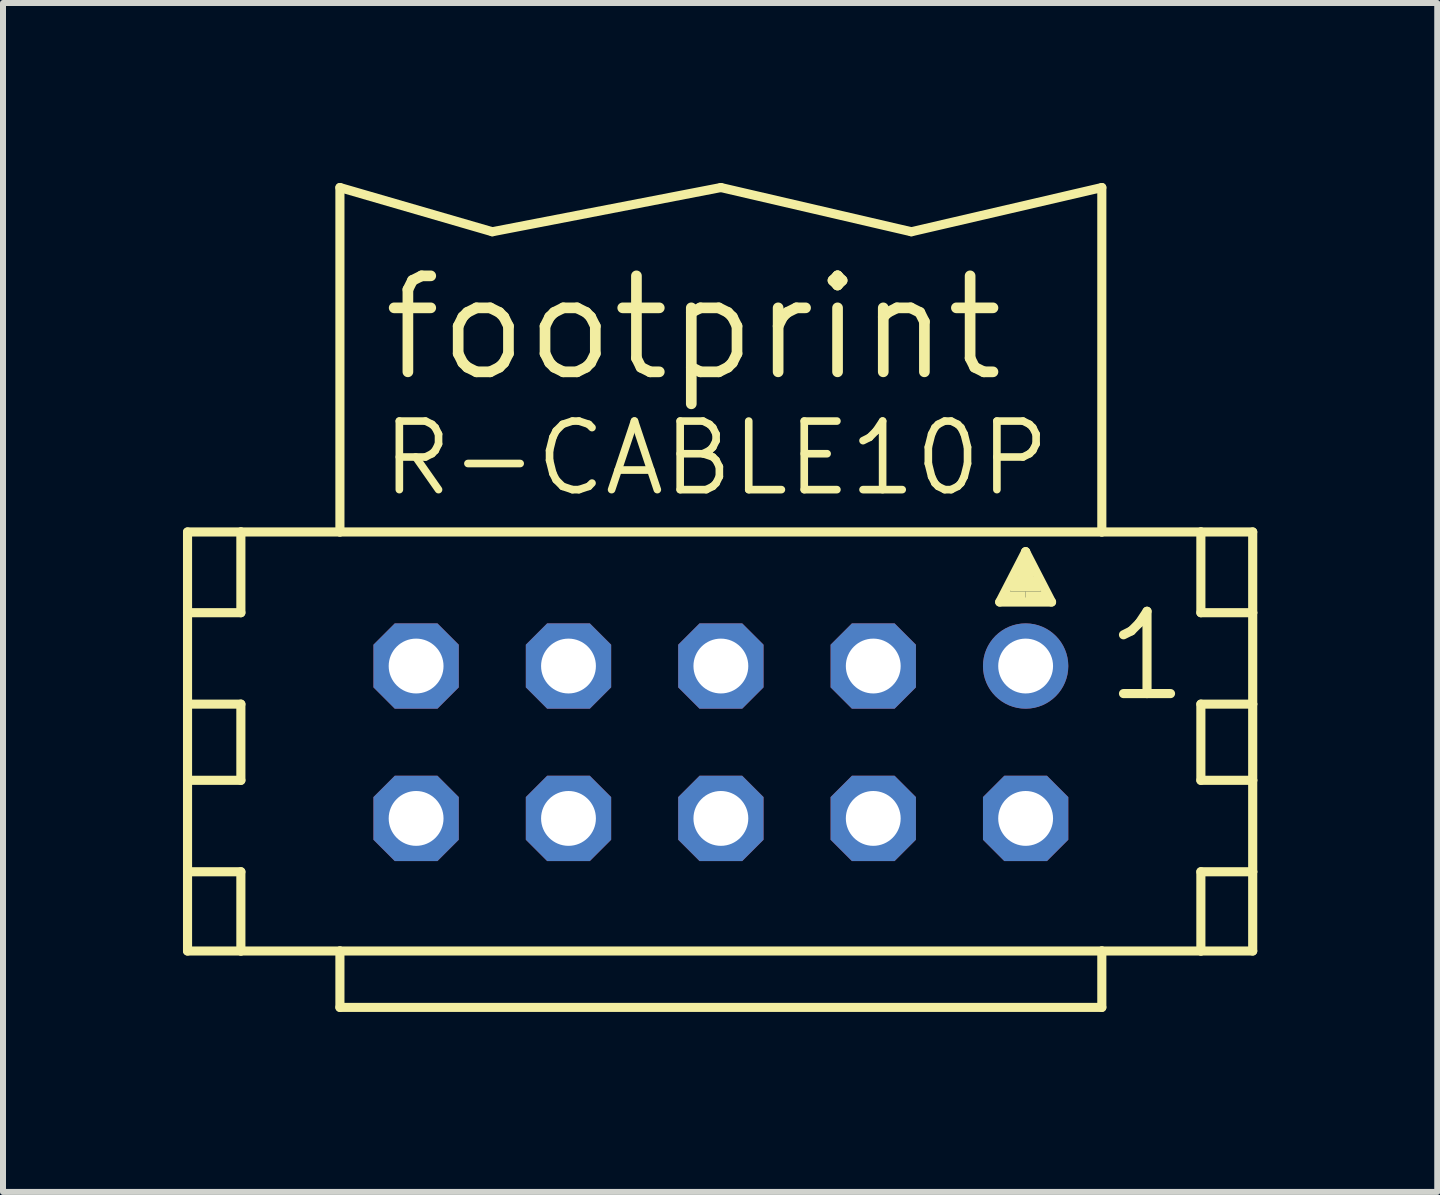
<source format=kicad_pcb>
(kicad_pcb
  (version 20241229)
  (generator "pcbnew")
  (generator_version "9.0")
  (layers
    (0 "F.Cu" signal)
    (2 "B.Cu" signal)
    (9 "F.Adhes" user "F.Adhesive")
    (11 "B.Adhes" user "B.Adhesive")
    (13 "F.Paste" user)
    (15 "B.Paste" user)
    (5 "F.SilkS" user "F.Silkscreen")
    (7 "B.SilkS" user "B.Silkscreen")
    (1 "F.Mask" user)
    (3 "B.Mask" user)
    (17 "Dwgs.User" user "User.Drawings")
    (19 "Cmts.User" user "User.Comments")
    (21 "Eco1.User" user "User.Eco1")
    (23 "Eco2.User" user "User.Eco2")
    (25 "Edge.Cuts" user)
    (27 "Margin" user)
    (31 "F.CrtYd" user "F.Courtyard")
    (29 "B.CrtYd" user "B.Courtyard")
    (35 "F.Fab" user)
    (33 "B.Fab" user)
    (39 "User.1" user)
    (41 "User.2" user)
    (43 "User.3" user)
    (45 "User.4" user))
  (footprint "footprint"
    (layer "F.Cu")
    (at 8.966 9.322)
    (property "Reference" "footprint" (at -5.715 -5.969 0) (layer "F.SilkS") (effects (font (size 1.6 1.6) (thickness 0.178)) (justify left bottom)))
    (fp_line (start -8.89 -3.505) (end -8.89 -2.159) (stroke (width 0.152) (type solid)) (layer "F.SilkS"))
    (fp_line (start -8.89 -2.159) (end -8.89 -0.635) (stroke (width 0.152) (type solid)) (layer "F.SilkS"))
    (fp_line (start -8.89 -2.159) (end -8.001 -2.159) (stroke (width 0.152) (type solid)) (layer "F.SilkS"))
    (fp_line (start -8.89 -0.635) (end -8.89 0.635) (stroke (width 0.152) (type solid)) (layer "F.SilkS"))
    (fp_line (start -8.89 -0.635) (end -8.001 -0.635) (stroke (width 0.152) (type solid)) (layer "F.SilkS"))
    (fp_line (start -8.89 0.635) (end -8.89 2.159) (stroke (width 0.152) (type solid)) (layer "F.SilkS"))
    (fp_line (start -8.89 0.635) (end -8.001 0.635) (stroke (width 0.152) (type solid)) (layer "F.SilkS"))
    (fp_line (start -8.89 2.159) (end -8.89 3.48) (stroke (width 0.152) (type solid)) (layer "F.SilkS"))
    (fp_line (start -8.89 2.159) (end -8.001 2.159) (stroke (width 0.152) (type solid)) (layer "F.SilkS"))
    (fp_line (start -8.89 3.48) (end -8.001 3.48) (stroke (width 0.152) (type solid)) (layer "F.SilkS"))
    (fp_line (start -8.001 -3.505) (end -8.89 -3.505) (stroke (width 0.152) (type solid)) (layer "F.SilkS"))
    (fp_line (start -8.001 -3.505) (end -8.001 -2.159) (stroke (width 0.152) (type solid)) (layer "F.SilkS"))
    (fp_line (start -8.001 -0.635) (end -8.001 0.635) (stroke (width 0.152) (type solid)) (layer "F.SilkS"))
    (fp_line (start -8.001 2.159) (end -8.001 3.48) (stroke (width 0.152) (type solid)) (layer "F.SilkS"))
    (fp_line (start -8.001 3.48) (end -6.35 3.48) (stroke (width 0.152) (type solid)) (layer "F.SilkS"))
    (fp_line (start -6.35 -3.505) (end -8.001 -3.505) (stroke (width 0.152) (type solid)) (layer "F.SilkS"))
    (fp_line (start -6.35 -3.505) (end -6.35 -9.246) (stroke (width 0.152) (type solid)) (layer "F.SilkS"))
    (fp_line (start -6.35 3.48) (end -6.35 4.42) (stroke (width 0.152) (type solid)) (layer "F.SilkS"))
    (fp_line (start -6.35 3.48) (end 6.35 3.48) (stroke (width 0.152) (type solid)) (layer "F.SilkS"))
    (fp_line (start -3.81 -8.509) (end -6.35 -9.246) (stroke (width 0.152) (type solid)) (layer "F.SilkS"))
    (fp_line (start -3.81 -8.509) (end 0 -9.246) (stroke (width 0.152) (type solid)) (layer "F.SilkS"))
    (fp_line (start 3.175 -8.509) (end 0 -9.246) (stroke (width 0.152) (type solid)) (layer "F.SilkS"))
    (fp_line (start 3.175 -8.509) (end 6.35 -9.246) (stroke (width 0.152) (type solid)) (layer "F.SilkS"))
    (fp_line (start 4.648 -2.337) (end 5.08 -3.175) (stroke (width 0.152) (type solid)) (layer "F.SilkS"))
    (fp_line (start 5.08 -3.175) (end 5.08 -2.921) (stroke (width 0.152) (type solid)) (layer "F.SilkS"))
    (fp_line (start 5.08 -3.175) (end 5.512 -2.337) (stroke (width 0.152) (type solid)) (layer "F.SilkS"))
    (fp_line (start 5.512 -2.337) (end 4.648 -2.337) (stroke (width 0.152) (type solid)) (layer "F.SilkS"))
    (fp_line (start 6.35 -3.505) (end -6.35 -3.505) (stroke (width 0.152) (type solid)) (layer "F.SilkS"))
    (fp_line (start 6.35 -3.505) (end 6.35 -9.246) (stroke (width 0.152) (type solid)) (layer "F.SilkS"))
    (fp_line (start 6.35 3.48) (end 6.35 4.42) (stroke (width 0.152) (type solid)) (layer "F.SilkS"))
    (fp_line (start 6.35 3.48) (end 8.001 3.48) (stroke (width 0.152) (type solid)) (layer "F.SilkS"))
    (fp_line (start 6.35 4.42) (end -6.35 4.42) (stroke (width 0.152) (type solid)) (layer "F.SilkS"))
    (fp_line (start 8.001 -3.505) (end 6.35 -3.505) (stroke (width 0.152) (type solid)) (layer "F.SilkS"))
    (fp_line (start 8.001 -3.505) (end 8.001 -2.159) (stroke (width 0.152) (type solid)) (layer "F.SilkS"))
    (fp_line (start 8.001 -2.159) (end 8.865 -2.159) (stroke (width 0.152) (type solid)) (layer "F.SilkS"))
    (fp_line (start 8.001 -0.635) (end 8.001 0.635) (stroke (width 0.152) (type solid)) (layer "F.SilkS"))
    (fp_line (start 8.001 -0.635) (end 8.865 -0.635) (stroke (width 0.152) (type solid)) (layer "F.SilkS"))
    (fp_line (start 8.001 0.635) (end 8.865 0.635) (stroke (width 0.152) (type solid)) (layer "F.SilkS"))
    (fp_line (start 8.001 2.159) (end 8.001 3.48) (stroke (width 0.152) (type solid)) (layer "F.SilkS"))
    (fp_line (start 8.001 2.159) (end 8.865 2.159) (stroke (width 0.152) (type solid)) (layer "F.SilkS"))
    (fp_line (start 8.001 3.48) (end 8.865 3.48) (stroke (width 0.152) (type solid)) (layer "F.SilkS"))
    (fp_line (start 8.865 -3.505) (end 8.001 -3.505) (stroke (width 0.152) (type solid)) (layer "F.SilkS"))
    (fp_line (start 8.865 -2.159) (end 8.865 -3.505) (stroke (width 0.152) (type solid)) (layer "F.SilkS"))
    (fp_line (start 8.865 -0.635) (end 8.865 -2.159) (stroke (width 0.152) (type solid)) (layer "F.SilkS"))
    (fp_line (start 8.865 0.635) (end 8.865 -0.635) (stroke (width 0.152) (type solid)) (layer "F.SilkS"))
    (fp_line (start 8.865 2.159) (end 8.865 0.635) (stroke (width 0.152) (type solid)) (layer "F.SilkS"))
    (fp_line (start 8.865 3.48) (end 8.865 2.159) (stroke (width 0.152) (type solid)) (layer "F.SilkS"))
    (fp_poly (pts (xy 4.699 -2.388) (xy 5.08 -2.388) (xy 5.08 -2.515) (xy 4.699 -2.515)) (stroke (width 0) (type solid)) (fill yes) (layer "F.SilkS"))
    (fp_poly (pts (xy 4.826 -2.515) (xy 5.334 -2.515) (xy 5.334 -2.769) (xy 4.826 -2.769)) (stroke (width 0) (type solid)) (fill yes) (layer "F.SilkS"))
    (fp_poly (pts (xy 4.953 -2.718) (xy 5.207 -2.718) (xy 5.207 -2.972) (xy 4.953 -2.972)) (stroke (width 0) (type solid)) (fill yes) (layer "F.SilkS"))
    (fp_poly (pts (xy 5.08 -2.388) (xy 5.461 -2.388) (xy 5.461 -2.515) (xy 5.08 -2.515)) (stroke (width 0) (type solid)) (fill yes) (layer "F.SilkS"))
    (fp_text user "R-CABLE10P" (at -5.715 -4.064 0) (layer "F.SilkS") (effects (font (size 1.143 1.143) (thickness 0.127)) (justify left bottom)))
    (fp_text user "1" (at 6.35 -0.635 0) (layer "F.SilkS") (effects (font (size 1.372 1.372) (thickness 0.152)) (justify left bottom)))
    (pad "1" thru_hole circle (at 5.08 -1.27) (size 1.422 1.422) (drill 0.914) (layers "*.Cu" "*.Mask"))
    (pad "2" thru_hole roundrect (at 5.08 1.27) (size 1.422 1.422) (drill 0.914) (layers "*.Cu" "*.Mask") (roundrect_rratio 0.25) (chamfer_ratio 0.25) (chamfer top_left top_right bottom_left bottom_right))
    (pad "3" thru_hole roundrect (at 2.54 -1.27) (size 1.422 1.422) (drill 0.914) (layers "*.Cu" "*.Mask") (roundrect_rratio 0.25) (chamfer_ratio 0.25) (chamfer top_left top_right bottom_left bottom_right))
    (pad "4" thru_hole roundrect (at 2.54 1.27) (size 1.422 1.422) (drill 0.914) (layers "*.Cu" "*.Mask") (roundrect_rratio 0.25) (chamfer_ratio 0.25) (chamfer top_left top_right bottom_left bottom_right))
    (pad "5" thru_hole roundrect (at 0 -1.27) (size 1.422 1.422) (drill 0.914) (layers "*.Cu" "*.Mask") (roundrect_rratio 0.25) (chamfer_ratio 0.25) (chamfer top_left top_right bottom_left bottom_right))
    (pad "6" thru_hole roundrect (at 0 1.27) (size 1.422 1.422) (drill 0.914) (layers "*.Cu" "*.Mask") (roundrect_rratio 0.25) (chamfer_ratio 0.25) (chamfer top_left top_right bottom_left bottom_right))
    (pad "7" thru_hole roundrect (at -2.54 -1.27) (size 1.422 1.422) (drill 0.914) (layers "*.Cu" "*.Mask") (roundrect_rratio 0.25) (chamfer_ratio 0.25) (chamfer top_left top_right bottom_left bottom_right))
    (pad "8" thru_hole roundrect (at -2.54 1.27) (size 1.422 1.422) (drill 0.914) (layers "*.Cu" "*.Mask") (roundrect_rratio 0.25) (chamfer_ratio 0.25) (chamfer top_left top_right bottom_left bottom_right))
    (pad "9" thru_hole roundrect (at -5.08 -1.27) (size 1.422 1.422) (drill 0.914) (layers "*.Cu" "*.Mask") (roundrect_rratio 0.25) (chamfer_ratio 0.25) (chamfer top_left top_right bottom_left bottom_right))
    (pad "10" thru_hole roundrect (at -5.08 1.27) (size 1.422 1.422) (drill 0.914) (layers "*.Cu" "*.Mask") (roundrect_rratio 0.25) (chamfer_ratio 0.25) (chamfer top_left top_right bottom_left bottom_right)))
  (gr_rect
    (start -3 -3)
    (end 20.907 16.818)
    (stroke (width 0.1) (type default))
    (fill no)
    (layer "Edge.Cuts")))
</source>
